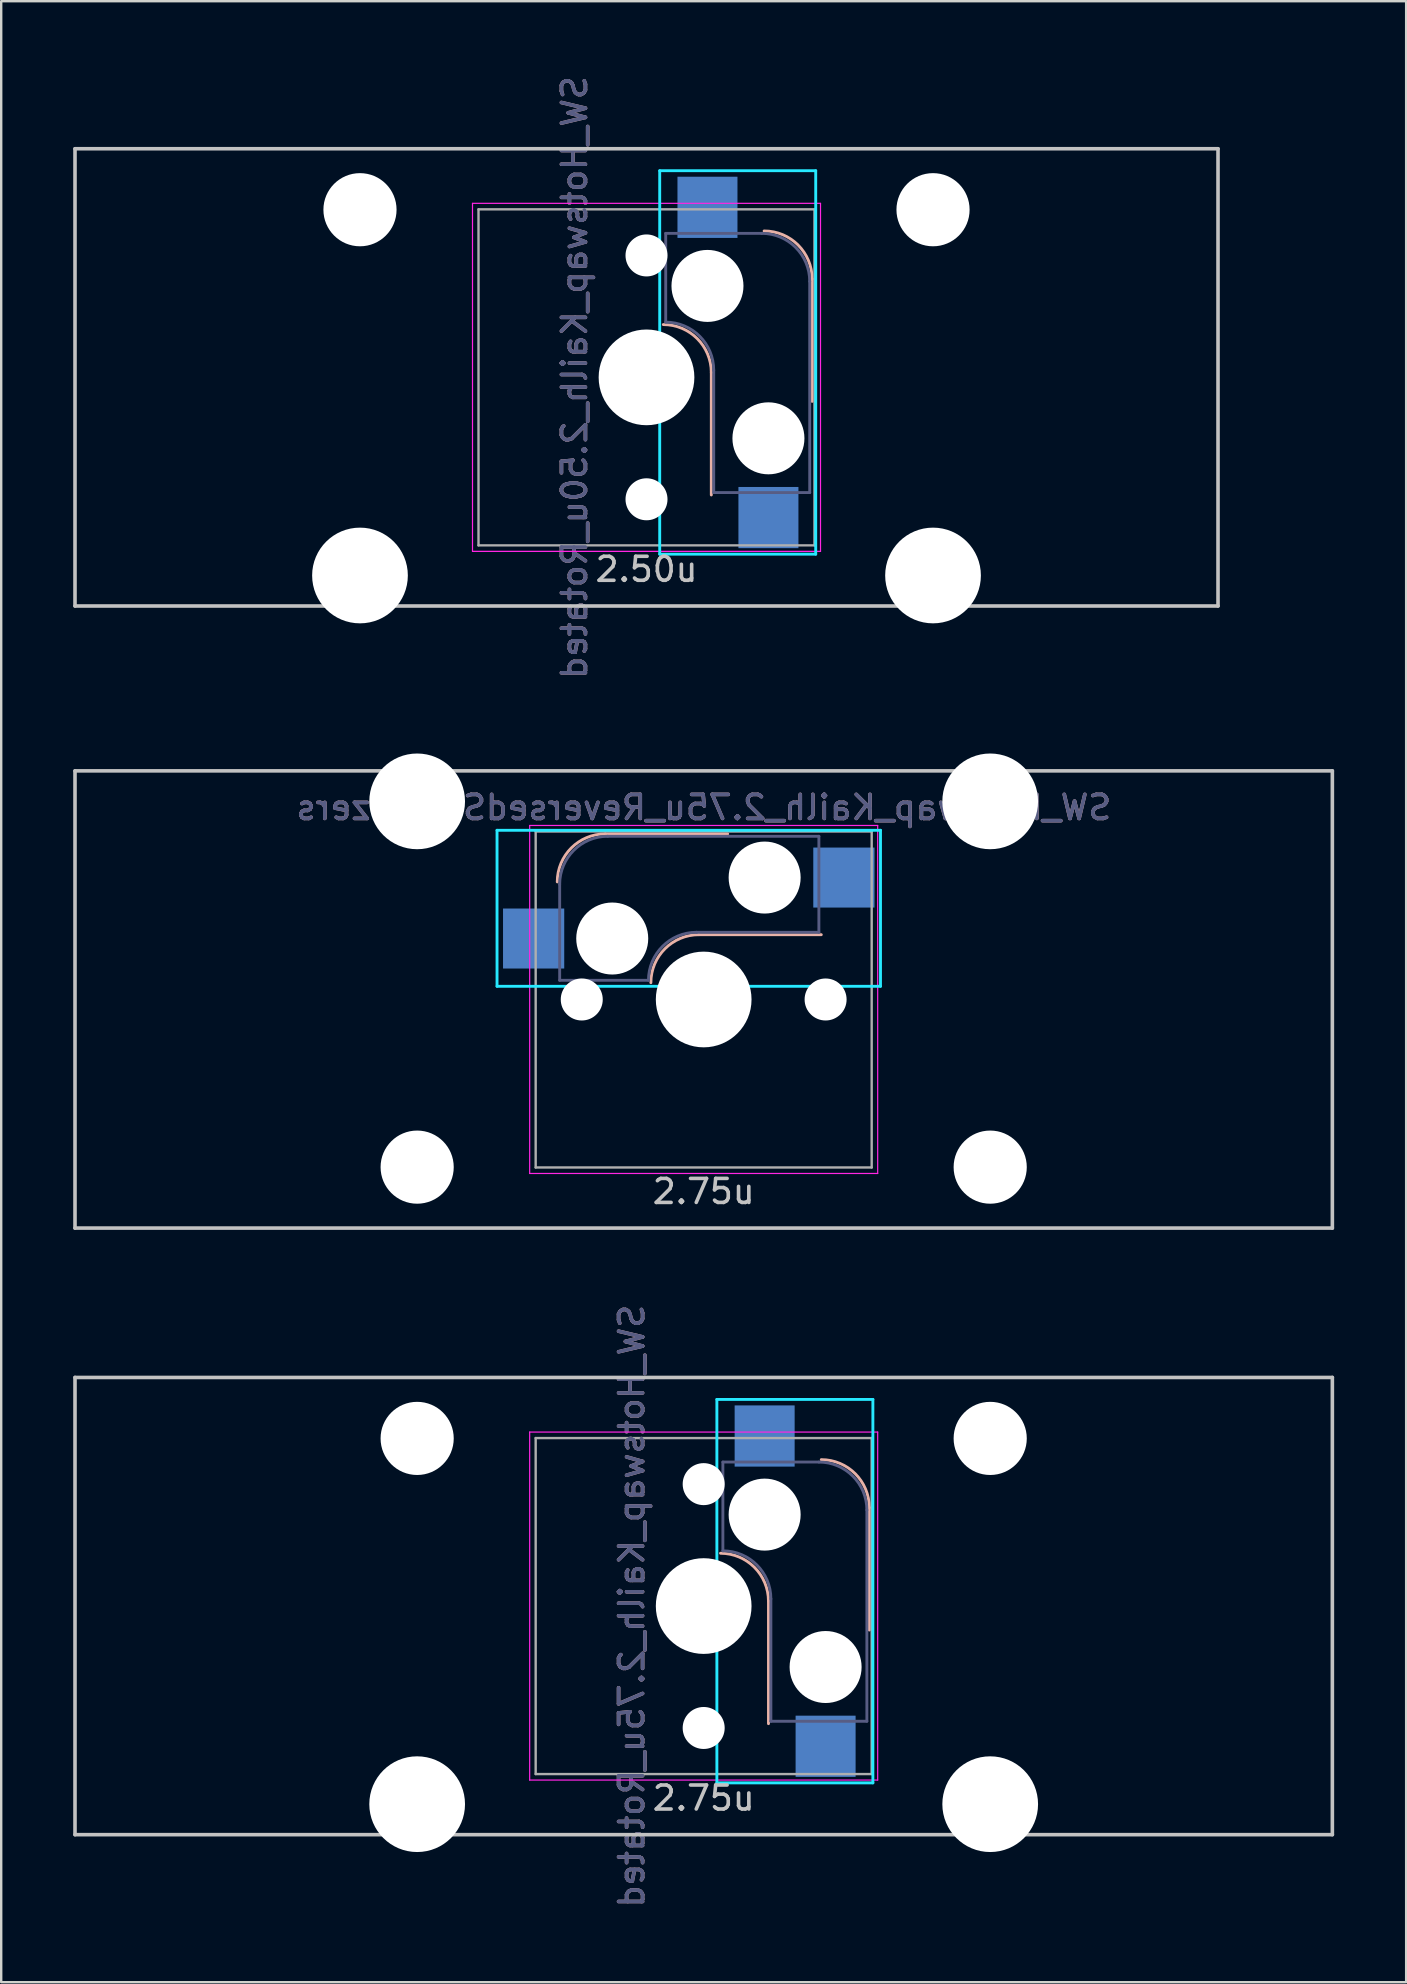
<source format=kicad_pcb>
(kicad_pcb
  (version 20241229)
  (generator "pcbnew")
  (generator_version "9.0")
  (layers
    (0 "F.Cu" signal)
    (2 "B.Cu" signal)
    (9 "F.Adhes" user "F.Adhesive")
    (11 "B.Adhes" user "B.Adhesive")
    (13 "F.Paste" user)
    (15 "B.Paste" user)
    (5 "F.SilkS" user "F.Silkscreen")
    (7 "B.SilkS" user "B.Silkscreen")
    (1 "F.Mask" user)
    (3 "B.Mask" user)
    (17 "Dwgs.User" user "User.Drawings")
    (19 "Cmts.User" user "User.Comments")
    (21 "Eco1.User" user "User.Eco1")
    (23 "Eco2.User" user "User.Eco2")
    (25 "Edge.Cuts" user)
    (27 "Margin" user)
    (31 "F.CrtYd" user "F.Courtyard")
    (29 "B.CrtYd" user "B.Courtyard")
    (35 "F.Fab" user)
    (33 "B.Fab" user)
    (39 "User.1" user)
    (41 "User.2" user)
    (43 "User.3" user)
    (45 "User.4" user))
  (footprint "SW_Hotswap_Kailh_2.75u_ReversedStabilizers"
    (layer "F.Cu")
    (at 26.269 38.594)
    (property "Reference" "SW_Hotswap_Kailh_2.75u_ReversedStabilizers" (at 0 -8 0) (layer "B.SilkS") (effects (font (size 1 1) (thickness 0.15)) (justify mirror)))
    (attr smd)
    (fp_line (start 1 -6.9) (end -4.1 -6.9) (stroke (width 0.12) (type solid)) (layer "B.SilkS"))
    (fp_line (start 4.9 -2.7) (end -0.2 -2.7) (stroke (width 0.12) (type solid)) (layer "B.SilkS"))
    (fp_arc (start -6.1 -4.9) (mid -5.514214 -6.314214) (end -4.1 -6.9) (stroke (width 0.12) (type solid)) (layer "B.SilkS"))
    (fp_arc (start -2.2 -0.7) (mid -1.614214 -2.114214) (end -0.2 -2.7) (stroke (width 0.12) (type solid)) (layer "B.SilkS"))
    (fp_line (start -26.194 -9.525) (end 26.194 -9.525) (stroke (width 0.15) (type solid)) (layer "Dwgs.User"))
    (fp_line (start -26.194 9.525) (end -26.194 -9.525) (stroke (width 0.15) (type solid)) (layer "Dwgs.User"))
    (fp_line (start 26.194 -9.525) (end 26.194 9.525) (stroke (width 0.15) (type solid)) (layer "Dwgs.User"))
    (fp_line (start 26.194 9.525) (end -26.194 9.525) (stroke (width 0.15) (type solid)) (layer "Dwgs.User"))
    (fp_line (start -8.61 -7.05) (end 7.367 -7.05) (stroke (width 0.12) (type solid)) (layer "B.CrtYd"))
    (fp_line (start -8.61 -0.55) (end -8.61 -7.05) (stroke (width 0.12) (type solid)) (layer "B.CrtYd"))
    (fp_line (start -8.61 -0.55) (end 7.367 -0.55) (stroke (width 0.12) (type solid)) (layer "B.CrtYd"))
    (fp_line (start 7.367 -7.05) (end 7.367 -0.55) (stroke (width 0.12) (type solid)) (layer "B.CrtYd"))
    (fp_line (start -7.25 -7.25) (end 7.25 -7.25) (stroke (width 0.05) (type solid)) (layer "F.CrtYd"))
    (fp_line (start -7.25 7.25) (end -7.25 -7.25) (stroke (width 0.05) (type solid)) (layer "F.CrtYd"))
    (fp_line (start 7.25 -7.25) (end 7.25 7.25) (stroke (width 0.05) (type solid)) (layer "F.CrtYd"))
    (fp_line (start 7.25 7.25) (end -7.25 7.25) (stroke (width 0.05) (type solid)) (layer "F.CrtYd"))
    (fp_line (start -6 -0.8) (end -6 -4.8) (stroke (width 0.12) (type solid)) (layer "B.Fab"))
    (fp_line (start -6 -0.8) (end -2.3 -0.8) (stroke (width 0.12) (type solid)) (layer "B.Fab"))
    (fp_line (start -4 -6.8) (end 4.8 -6.8) (stroke (width 0.12) (type solid)) (layer "B.Fab"))
    (fp_line (start -0.3 -2.8) (end 4.8 -2.8) (stroke (width 0.12) (type solid)) (layer "B.Fab"))
    (fp_line (start 4.8 -6.8) (end 4.8 -2.8) (stroke (width 0.12) (type solid)) (layer "B.Fab"))
    (fp_arc (start -6 -4.8) (mid -5.414214 -6.214214) (end -4 -6.8) (stroke (width 0.12) (type solid)) (layer "B.Fab"))
    (fp_arc (start -2.3 -0.8) (mid -1.714214 -2.214214) (end -0.3 -2.8) (stroke (width 0.12) (type solid)) (layer "B.Fab"))
    (fp_line (start -7 -7) (end 7 -7) (stroke (width 0.1) (type solid)) (layer "F.Fab"))
    (fp_line (start -7 7) (end -7 -7) (stroke (width 0.1) (type solid)) (layer "F.Fab"))
    (fp_line (start 7 -7) (end 7 7) (stroke (width 0.1) (type solid)) (layer "F.Fab"))
    (fp_line (start 7 7) (end -7 7) (stroke (width 0.1) (type solid)) (layer "F.Fab"))
    (fp_text user "2.75u" (at 0 8 0) (layer "Dwgs.User") (effects (font (size 1 1) (thickness 0.15))))
    (fp_text user "${REFERENCE}" (at 0 -8 0) (layer "B.Fab") (effects (font (size 1 1) (thickness 0.15)) (justify mirror)))
    (pad "" np_thru_hole circle (at -11.938 -8.255) (size 3.988 3.988) (drill 3.988) (layers "*.Cu" "*.Mask"))
    (pad "" np_thru_hole circle (at -11.938 6.985) (size 3.048 3.048) (drill 3.048) (layers "*.Cu" "*.Mask"))
    (pad "" np_thru_hole circle (at -5.08 0 48.1) (size 1.75 1.75) (drill 1.75) (layers "*.Cu" "*.Mask"))
    (pad "" np_thru_hole circle (at -3.81 -2.54) (size 3 3) (drill 3) (layers "*.Cu" "*.Mask"))
    (pad "" np_thru_hole circle (at 0 0) (size 3.988 3.988) (drill 3.988) (layers "*.Cu" "*.Mask"))
    (pad "" np_thru_hole circle (at 2.54 -5.08) (size 3 3) (drill 3) (layers "*.Cu" "*.Mask"))
    (pad "" np_thru_hole circle (at 5.08 0 48.1) (size 1.75 1.75) (drill 1.75) (layers "*.Cu" "*.Mask"))
    (pad "" np_thru_hole circle (at 11.938 -8.255) (size 3.988 3.988) (drill 3.988) (layers "*.Cu" "*.Mask"))
    (pad "" np_thru_hole circle (at 11.938 6.985) (size 3.048 3.048) (drill 3.048) (layers "*.Cu" "*.Mask"))
    (pad "1" smd rect (at -7.085 -2.54) (size 2.55 2.5) (layers "B.Cu" "B.Mask" "B.Paste"))
    (pad "2" smd rect (at 5.842 -5.08) (size 2.55 2.5) (layers "B.Cu" "B.Mask" "B.Paste")))
  (footprint "SW_Hotswap_Kailh_2.50u_Rotated"
    (layer "F.Cu")
    (at 23.887 12.673)
    (property "Reference" "SW_Hotswap_Kailh_2.50u_Rotated" (at -3 0 90) (layer "B.SilkS") (effects (font (size 1 1) (thickness 0.15)) (justify mirror)))
    (attr smd)
    (fp_line (start 2.7 4.9) (end 2.7 -0.2) (stroke (width 0.12) (type solid)) (layer "B.SilkS"))
    (fp_line (start 6.9 1) (end 6.9 -4.1) (stroke (width 0.12) (type solid)) (layer "B.SilkS"))
    (fp_arc (start 0.7 -2.2) (mid 2.114214 -1.614214) (end 2.7 -0.2) (stroke (width 0.12) (type solid)) (layer "B.SilkS"))
    (fp_arc (start 4.9 -6.1) (mid 6.314214 -5.514214) (end 6.9 -4.1) (stroke (width 0.12) (type solid)) (layer "B.SilkS"))
    (fp_line (start -23.812 -9.525) (end 23.812 -9.525) (stroke (width 0.15) (type solid)) (layer "Dwgs.User"))
    (fp_line (start -23.812 9.525) (end -23.812 -9.525) (stroke (width 0.15) (type solid)) (layer "Dwgs.User"))
    (fp_line (start -23.812 9.525) (end 23.812 9.525) (stroke (width 0.15) (type solid)) (layer "Dwgs.User"))
    (fp_line (start 23.812 -9.525) (end 23.812 9.525) (stroke (width 0.15) (type solid)) (layer "Dwgs.User"))
    (fp_line (start 0.55 -8.61) (end 0.55 7.367) (stroke (width 0.12) (type solid)) (layer "B.CrtYd"))
    (fp_line (start 0.55 -8.61) (end 7.05 -8.61) (stroke (width 0.12) (type solid)) (layer "B.CrtYd"))
    (fp_line (start 7.05 -8.61) (end 7.05 7.367) (stroke (width 0.12) (type solid)) (layer "B.CrtYd"))
    (fp_line (start 7.05 7.367) (end 0.55 7.367) (stroke (width 0.12) (type solid)) (layer "B.CrtYd"))
    (fp_line (start -7.25 -7.25) (end 7.25 -7.25) (stroke (width 0.05) (type solid)) (layer "F.CrtYd"))
    (fp_line (start -7.25 7.25) (end -7.25 -7.25) (stroke (width 0.05) (type solid)) (layer "F.CrtYd"))
    (fp_line (start 7.25 -7.25) (end 7.25 7.25) (stroke (width 0.05) (type solid)) (layer "F.CrtYd"))
    (fp_line (start 7.25 7.25) (end -7.25 7.25) (stroke (width 0.05) (type solid)) (layer "F.CrtYd"))
    (fp_line (start 0.8 -6) (end 0.8 -2.3) (stroke (width 0.12) (type solid)) (layer "B.Fab"))
    (fp_line (start 0.8 -6) (end 4.8 -6) (stroke (width 0.12) (type solid)) (layer "B.Fab"))
    (fp_line (start 2.8 -0.3) (end 2.8 4.8) (stroke (width 0.12) (type solid)) (layer "B.Fab"))
    (fp_line (start 6.8 -4) (end 6.8 4.8) (stroke (width 0.12) (type solid)) (layer "B.Fab"))
    (fp_line (start 6.8 4.8) (end 2.8 4.8) (stroke (width 0.12) (type solid)) (layer "B.Fab"))
    (fp_arc (start 0.8 -2.3) (mid 2.214214 -1.714214) (end 2.8 -0.3) (stroke (width 0.12) (type solid)) (layer "B.Fab"))
    (fp_arc (start 4.8 -6) (mid 6.214214 -5.414214) (end 6.8 -4) (stroke (width 0.12) (type solid)) (layer "B.Fab"))
    (fp_line (start -7 -7) (end 7 -7) (stroke (width 0.1) (type solid)) (layer "F.Fab"))
    (fp_line (start -7 7) (end -7 -7) (stroke (width 0.1) (type solid)) (layer "F.Fab"))
    (fp_line (start 7 -7) (end 7 7) (stroke (width 0.1) (type solid)) (layer "F.Fab"))
    (fp_line (start 7 7) (end -7 7) (stroke (width 0.1) (type solid)) (layer "F.Fab"))
    (fp_text user "2.50u" (at 0 8 0) (layer "Dwgs.User") (effects (font (size 1 1) (thickness 0.15))))
    (fp_text user "${REFERENCE}" (at -3 0 90) (layer "B.Fab") (effects (font (size 1 1) (thickness 0.15)) (justify mirror)))
    (pad "" np_thru_hole circle (at -11.938 -6.985) (size 3.048 3.048) (drill 3.048) (layers "*.Cu" "*.Mask"))
    (pad "" np_thru_hole circle (at -11.938 8.255) (size 3.988 3.988) (drill 3.988) (layers "*.Cu" "*.Mask"))
    (pad "" np_thru_hole circle (at 0 -5.08 318.1) (size 1.75 1.75) (drill 1.75) (layers "*.Cu" "*.Mask"))
    (pad "" np_thru_hole circle (at 0 0 270) (size 3.988 3.988) (drill 3.988) (layers "*.Cu" "*.Mask"))
    (pad "" np_thru_hole circle (at 0 5.08 318.1) (size 1.75 1.75) (drill 1.75) (layers "*.Cu" "*.Mask"))
    (pad "" np_thru_hole circle (at 2.54 -3.81 270) (size 3 3) (drill 3) (layers "*.Cu" "*.Mask"))
    (pad "" np_thru_hole circle (at 5.08 2.54 270) (size 3 3) (drill 3) (layers "*.Cu" "*.Mask"))
    (pad "" np_thru_hole circle (at 11.938 -6.985) (size 3.048 3.048) (drill 3.048) (layers "*.Cu" "*.Mask"))
    (pad "" np_thru_hole circle (at 11.938 8.255) (size 3.988 3.988) (drill 3.988) (layers "*.Cu" "*.Mask"))
    (pad "1" smd rect (at 2.54 -7.085 270) (size 2.55 2.5) (layers "B.Cu" "B.Mask" "B.Paste"))
    (pad "2" smd rect (at 5.08 5.842 270) (size 2.55 2.5) (layers "B.Cu" "B.Mask" "B.Paste")))
  (footprint "SW_Hotswap_Kailh_2.75u_Rotated"
    (layer "F.Cu")
    (at 26.269 63.867)
    (property "Reference" "SW_Hotswap_Kailh_2.75u_Rotated" (at -3 0 90) (layer "B.SilkS") (effects (font (size 1 1) (thickness 0.15)) (justify mirror)))
    (attr smd)
    (fp_line (start 2.7 4.9) (end 2.7 -0.2) (stroke (width 0.12) (type solid)) (layer "B.SilkS"))
    (fp_line (start 6.9 1) (end 6.9 -4.1) (stroke (width 0.12) (type solid)) (layer "B.SilkS"))
    (fp_arc (start 0.7 -2.2) (mid 2.114214 -1.614214) (end 2.7 -0.2) (stroke (width 0.12) (type solid)) (layer "B.SilkS"))
    (fp_arc (start 4.9 -6.1) (mid 6.314214 -5.514214) (end 6.9 -4.1) (stroke (width 0.12) (type solid)) (layer "B.SilkS"))
    (fp_line (start -26.194 -9.525) (end 26.194 -9.525) (stroke (width 0.15) (type solid)) (layer "Dwgs.User"))
    (fp_line (start -26.194 9.525) (end -26.194 -9.525) (stroke (width 0.15) (type solid)) (layer "Dwgs.User"))
    (fp_line (start 26.194 -9.525) (end 26.194 9.525) (stroke (width 0.15) (type solid)) (layer "Dwgs.User"))
    (fp_line (start 26.194 9.525) (end -26.194 9.525) (stroke (width 0.15) (type solid)) (layer "Dwgs.User"))
    (fp_line (start 0.55 -8.61) (end 0.55 7.367) (stroke (width 0.12) (type solid)) (layer "B.CrtYd"))
    (fp_line (start 0.55 -8.61) (end 7.05 -8.61) (stroke (width 0.12) (type solid)) (layer "B.CrtYd"))
    (fp_line (start 7.05 -8.61) (end 7.05 7.367) (stroke (width 0.12) (type solid)) (layer "B.CrtYd"))
    (fp_line (start 7.05 7.367) (end 0.55 7.367) (stroke (width 0.12) (type solid)) (layer "B.CrtYd"))
    (fp_line (start -7.25 -7.25) (end 7.25 -7.25) (stroke (width 0.05) (type solid)) (layer "F.CrtYd"))
    (fp_line (start -7.25 7.25) (end -7.25 -7.25) (stroke (width 0.05) (type solid)) (layer "F.CrtYd"))
    (fp_line (start 7.25 -7.25) (end 7.25 7.25) (stroke (width 0.05) (type solid)) (layer "F.CrtYd"))
    (fp_line (start 7.25 7.25) (end -7.25 7.25) (stroke (width 0.05) (type solid)) (layer "F.CrtYd"))
    (fp_line (start 0.8 -6) (end 0.8 -2.3) (stroke (width 0.12) (type solid)) (layer "B.Fab"))
    (fp_line (start 0.8 -6) (end 4.8 -6) (stroke (width 0.12) (type solid)) (layer "B.Fab"))
    (fp_line (start 2.8 -0.3) (end 2.8 4.8) (stroke (width 0.12) (type solid)) (layer "B.Fab"))
    (fp_line (start 6.8 -4) (end 6.8 4.8) (stroke (width 0.12) (type solid)) (layer "B.Fab"))
    (fp_line (start 6.8 4.8) (end 2.8 4.8) (stroke (width 0.12) (type solid)) (layer "B.Fab"))
    (fp_arc (start 0.8 -2.3) (mid 2.214214 -1.714214) (end 2.8 -0.3) (stroke (width 0.12) (type solid)) (layer "B.Fab"))
    (fp_arc (start 4.8 -6) (mid 6.214214 -5.414214) (end 6.8 -4) (stroke (width 0.12) (type solid)) (layer "B.Fab"))
    (fp_line (start -7 -7) (end 7 -7) (stroke (width 0.1) (type solid)) (layer "F.Fab"))
    (fp_line (start -7 7) (end -7 -7) (stroke (width 0.1) (type solid)) (layer "F.Fab"))
    (fp_line (start 7 -7) (end 7 7) (stroke (width 0.1) (type solid)) (layer "F.Fab"))
    (fp_line (start 7 7) (end -7 7) (stroke (width 0.1) (type solid)) (layer "F.Fab"))
    (fp_text user "2.75u" (at 0 8 0) (layer "Dwgs.User") (effects (font (size 1 1) (thickness 0.15))))
    (fp_text user "${REFERENCE}" (at -3 0 90) (layer "B.Fab") (effects (font (size 1 1) (thickness 0.15)) (justify mirror)))
    (pad "" np_thru_hole circle (at -11.938 -6.985) (size 3.048 3.048) (drill 3.048) (layers "*.Cu" "*.Mask"))
    (pad "" np_thru_hole circle (at -11.938 8.255) (size 3.988 3.988) (drill 3.988) (layers "*.Cu" "*.Mask"))
    (pad "" np_thru_hole circle (at 0 -5.08 318.1) (size 1.75 1.75) (drill 1.75) (layers "*.Cu" "*.Mask"))
    (pad "" np_thru_hole circle (at 0 0 270) (size 3.988 3.988) (drill 3.988) (layers "*.Cu" "*.Mask"))
    (pad "" np_thru_hole circle (at 0 5.08 318.1) (size 1.75 1.75) (drill 1.75) (layers "*.Cu" "*.Mask"))
    (pad "" np_thru_hole circle (at 2.54 -3.81 270) (size 3 3) (drill 3) (layers "*.Cu" "*.Mask"))
    (pad "" np_thru_hole circle (at 5.08 2.54 270) (size 3 3) (drill 3) (layers "*.Cu" "*.Mask"))
    (pad "" np_thru_hole circle (at 11.938 -6.985) (size 3.048 3.048) (drill 3.048) (layers "*.Cu" "*.Mask"))
    (pad "" np_thru_hole circle (at 11.938 8.255) (size 3.988 3.988) (drill 3.988) (layers "*.Cu" "*.Mask"))
    (pad "1" smd rect (at 2.54 -7.085 270) (size 2.55 2.5) (layers "B.Cu" "B.Mask" "B.Paste"))
    (pad "2" smd rect (at 5.08 5.842 270) (size 2.55 2.5) (layers "B.Cu" "B.Mask" "B.Paste")))
  (gr_rect
    (start -3 -3)
    (end 55.538 79.539)
    (stroke (width 0.1) (type default))
    (fill no)
    (layer "Edge.Cuts")))
</source>
